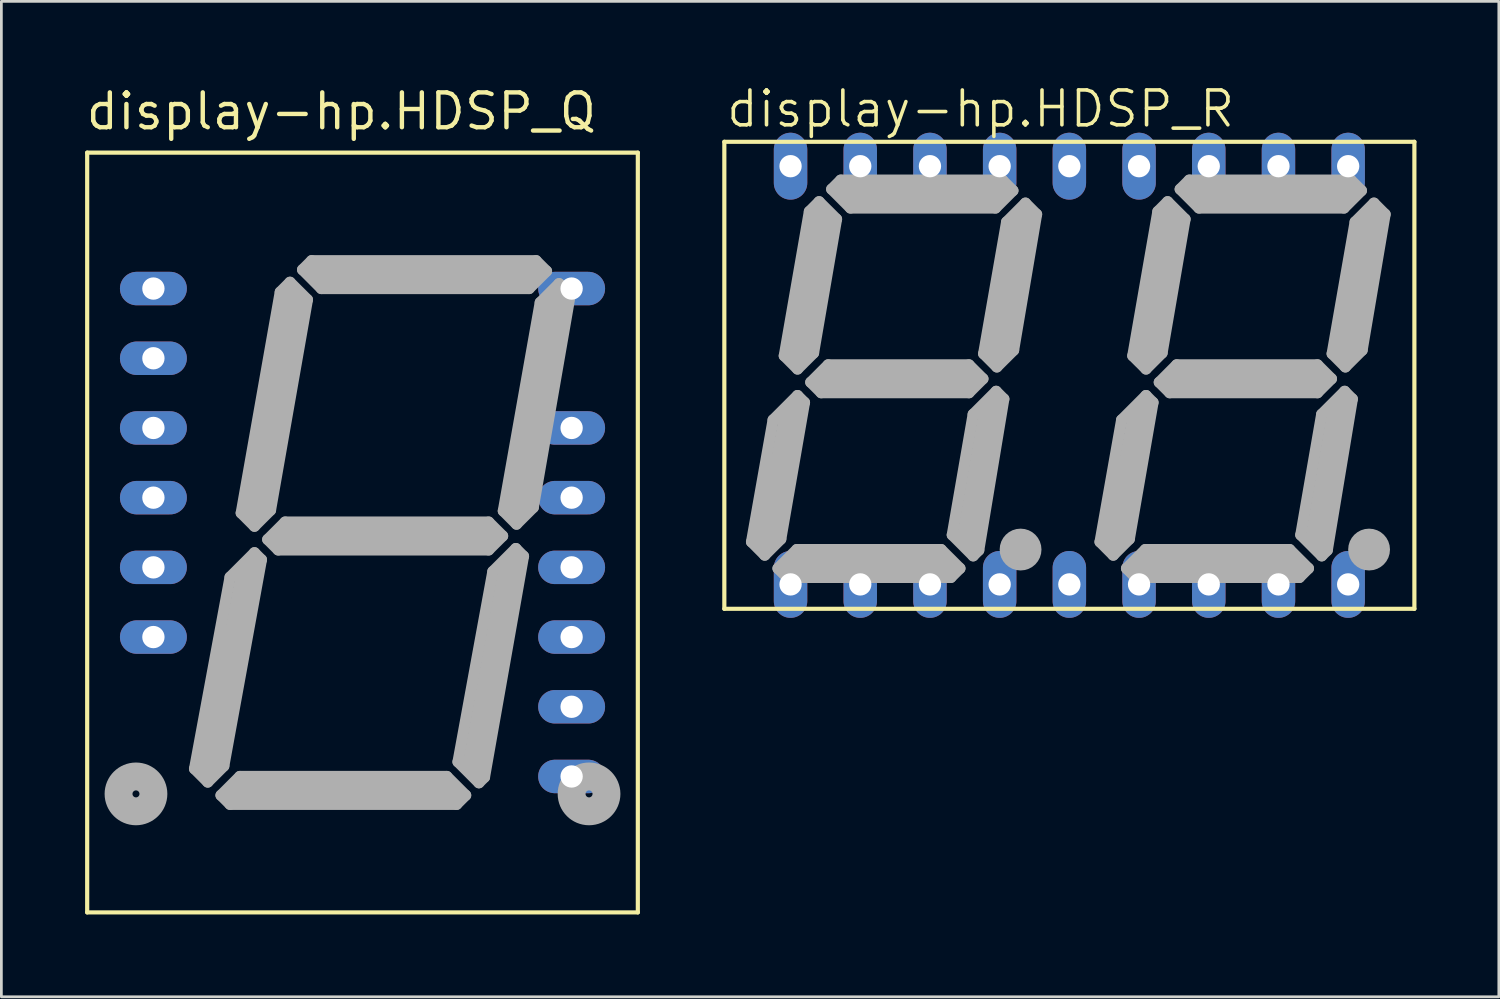
<source format=kicad_pcb>
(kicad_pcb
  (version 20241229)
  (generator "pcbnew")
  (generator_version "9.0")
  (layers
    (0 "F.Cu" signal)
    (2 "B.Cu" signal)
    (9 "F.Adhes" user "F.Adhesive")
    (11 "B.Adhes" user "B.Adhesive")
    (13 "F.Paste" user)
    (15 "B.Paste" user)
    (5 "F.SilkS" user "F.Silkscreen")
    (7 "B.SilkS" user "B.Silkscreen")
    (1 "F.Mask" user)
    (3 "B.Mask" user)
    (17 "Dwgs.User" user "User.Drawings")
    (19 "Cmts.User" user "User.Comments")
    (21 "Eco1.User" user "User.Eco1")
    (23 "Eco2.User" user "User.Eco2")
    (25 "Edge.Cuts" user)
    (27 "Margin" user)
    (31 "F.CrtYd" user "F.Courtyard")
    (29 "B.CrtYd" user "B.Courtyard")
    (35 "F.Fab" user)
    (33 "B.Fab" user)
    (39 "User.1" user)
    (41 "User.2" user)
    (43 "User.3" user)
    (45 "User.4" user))
  (footprint "display-hp.HDSP_Q"
    (layer "F.Cu")
    (at 10.16 16.355)
    (property "Reference" "display-hp.HDSP_Q" (at -10.16 -14.605 0) (layer "F.SilkS") (effects (font (size 1.27 1.27) (thickness 0.16)) (justify left bottom)))
    (attr through_hole)
    (fp_line (start -10.033 -13.843) (end -10.033 13.843) (stroke (width 0.152) (type default)) (layer "F.SilkS"))
    (fp_line (start -10.033 -13.843) (end 10.033 -13.843) (stroke (width 0.152) (type default)) (layer "F.SilkS"))
    (fp_line (start 10.033 13.843) (end -10.033 13.843) (stroke (width 0.152) (type default)) (layer "F.SilkS"))
    (fp_line (start 10.033 13.843) (end 10.033 -13.843) (stroke (width 0.152) (type default)) (layer "F.SilkS"))
    (fp_line (start -6.121 8.611) (end -5.639 9.093) (stroke (width 0.406) (type default)) (layer "F.Fab"))
    (fp_line (start -5.639 9.093) (end -5.055 8.509) (stroke (width 0.406) (type default)) (layer "F.Fab"))
    (fp_line (start -5.537 8.484) (end -4.166 1.295) (stroke (width 0.813) (type default)) (layer "F.Fab"))
    (fp_line (start -5.156 9.576) (end -4.47 8.89) (stroke (width 0.406) (type default)) (layer "F.Fab"))
    (fp_line (start -5.055 8.509) (end -3.683 0.991) (stroke (width 0.406) (type default)) (layer "F.Fab"))
    (fp_line (start -4.826 1.626) (end -6.121 8.611) (stroke (width 0.406) (type default)) (layer "F.Fab"))
    (fp_line (start -4.826 9.906) (end -5.156 9.576) (stroke (width 0.406) (type default)) (layer "F.Fab"))
    (fp_line (start -4.47 8.89) (end 3.073 8.89) (stroke (width 0.406) (type default)) (layer "F.Fab"))
    (fp_line (start -4.42 -0.711) (end -2.997 -8.763) (stroke (width 0.406) (type default)) (layer "F.Fab"))
    (fp_line (start -3.937 -0.229) (end -4.42 -0.711) (stroke (width 0.406) (type default)) (layer "F.Fab"))
    (fp_line (start -3.937 0.737) (end -4.826 1.626) (stroke (width 0.406) (type default)) (layer "F.Fab"))
    (fp_line (start -3.937 0.737) (end -3.683 0.991) (stroke (width 0.406) (type default)) (layer "F.Fab"))
    (fp_line (start -3.912 -0.838) (end -2.54 -8.509) (stroke (width 0.813) (type default)) (layer "F.Fab"))
    (fp_line (start -3.454 0.254) (end -2.819 -0.381) (stroke (width 0.406) (type default)) (layer "F.Fab"))
    (fp_line (start -3.353 -0.813) (end -3.937 -0.229) (stroke (width 0.406) (type default)) (layer "F.Fab"))
    (fp_line (start -3.073 0.635) (end -3.454 0.254) (stroke (width 0.406) (type default)) (layer "F.Fab"))
    (fp_line (start -2.997 -8.763) (end -2.642 -9.119) (stroke (width 0.406) (type default)) (layer "F.Fab"))
    (fp_line (start -2.819 -0.381) (end 4.597 -0.381) (stroke (width 0.406) (type default)) (layer "F.Fab"))
    (fp_line (start -2.642 -9.119) (end -2.007 -8.484) (stroke (width 0.406) (type default)) (layer "F.Fab"))
    (fp_line (start -2.184 -9.576) (end -1.854 -9.906) (stroke (width 0.406) (type default)) (layer "F.Fab"))
    (fp_line (start -2.007 -8.484) (end -3.353 -0.813) (stroke (width 0.406) (type default)) (layer "F.Fab"))
    (fp_line (start -1.854 -9.906) (end 6.325 -9.906) (stroke (width 0.406) (type default)) (layer "F.Fab"))
    (fp_line (start -1.626 -9.398) (end 6.223 -9.398) (stroke (width 0.813) (type default)) (layer "F.Fab"))
    (fp_line (start -1.499 -8.89) (end -2.184 -9.576) (stroke (width 0.406) (type default)) (layer "F.Fab"))
    (fp_line (start 3.073 8.89) (end 3.759 9.576) (stroke (width 0.406) (type default)) (layer "F.Fab"))
    (fp_line (start 3.175 9.398) (end -4.572 9.398) (stroke (width 0.813) (type default)) (layer "F.Fab"))
    (fp_line (start 3.429 9.906) (end -4.826 9.906) (stroke (width 0.406) (type default)) (layer "F.Fab"))
    (fp_line (start 3.48 8.357) (end 4.242 9.119) (stroke (width 0.406) (type default)) (layer "F.Fab"))
    (fp_line (start 3.759 9.576) (end 3.429 9.906) (stroke (width 0.406) (type default)) (layer "F.Fab"))
    (fp_line (start 4.242 9.119) (end 4.445 8.915) (stroke (width 0.406) (type default)) (layer "F.Fab"))
    (fp_line (start 4.445 8.915) (end 5.867 0.864) (stroke (width 0.406) (type default)) (layer "F.Fab"))
    (fp_line (start 4.572 0.127) (end -2.896 0.127) (stroke (width 0.813) (type default)) (layer "F.Fab"))
    (fp_line (start 4.597 -0.381) (end 5.105 0.127) (stroke (width 0.406) (type default)) (layer "F.Fab"))
    (fp_line (start 4.597 0.635) (end -3.073 0.635) (stroke (width 0.406) (type default)) (layer "F.Fab"))
    (fp_line (start 4.75 1.422) (end 3.48 8.357) (stroke (width 0.406) (type default)) (layer "F.Fab"))
    (fp_line (start 5.105 0.127) (end 4.597 0.635) (stroke (width 0.406) (type default)) (layer "F.Fab"))
    (fp_line (start 5.131 -0.787) (end 5.613 -0.305) (stroke (width 0.406) (type default)) (layer "F.Fab"))
    (fp_line (start 5.385 1.168) (end 4.039 8.534) (stroke (width 0.813) (type default)) (layer "F.Fab"))
    (fp_line (start 5.588 0.584) (end 4.75 1.422) (stroke (width 0.406) (type default)) (layer "F.Fab"))
    (fp_line (start 5.613 -0.305) (end 6.223 -0.914) (stroke (width 0.406) (type default)) (layer "F.Fab"))
    (fp_line (start 5.867 0.864) (end 5.588 0.584) (stroke (width 0.406) (type default)) (layer "F.Fab"))
    (fp_line (start 6.071 -8.89) (end -1.499 -8.89) (stroke (width 0.406) (type default)) (layer "F.Fab"))
    (fp_line (start 6.223 -0.914) (end 7.569 -8.661) (stroke (width 0.406) (type default)) (layer "F.Fab"))
    (fp_line (start 6.325 -9.906) (end 6.706 -9.525) (stroke (width 0.406) (type default)) (layer "F.Fab"))
    (fp_line (start 6.477 -8.382) (end 5.131 -0.787) (stroke (width 0.406) (type default)) (layer "F.Fab"))
    (fp_line (start 6.706 -9.525) (end 6.071 -8.89) (stroke (width 0.406) (type default)) (layer "F.Fab"))
    (fp_line (start 6.985 -8.56) (end 5.664 -0.914) (stroke (width 0.813) (type default)) (layer "F.Fab"))
    (fp_line (start 7.163 -9.068) (end 6.477 -8.382) (stroke (width 0.406) (type default)) (layer "F.Fab"))
    (fp_line (start 7.569 -8.661) (end 7.163 -9.068) (stroke (width 0.406) (type default)) (layer "F.Fab"))
    (fp_rect (start -8.89 10.16) (end -7.62 8.89) (stroke (width 0.05) (type default)) (fill no) (layer "F.Fab"))
    (fp_rect (start 7.62 10.16) (end 8.89 8.89) (stroke (width 0.05) (type default)) (fill no) (layer "F.Fab"))
    (fp_circle (center -8.255 9.525) (end -7.62 9.525) (stroke (width 1.016) (type default)) (fill no) (layer "F.Fab"))
    (fp_circle (center 8.255 9.525) (end 8.89 9.525) (stroke (width 1.016) (type default)) (fill no) (layer "F.Fab"))
    (pad "2" thru_hole oval (at -7.62 -8.89) (size 2.438 1.219) (drill 0.813) (layers "*.Cu" "*.Mask"))
    (pad "3" thru_hole oval (at -7.62 -6.35) (size 2.438 1.219) (drill 0.813) (layers "*.Cu" "*.Mask"))
    (pad "4" thru_hole oval (at -7.62 -3.81) (size 2.438 1.219) (drill 0.813) (layers "*.Cu" "*.Mask"))
    (pad "5" thru_hole oval (at -7.62 -1.27) (size 2.438 1.219) (drill 0.813) (layers "*.Cu" "*.Mask"))
    (pad "6" thru_hole oval (at -7.62 1.27) (size 2.438 1.219) (drill 0.813) (layers "*.Cu" "*.Mask"))
    (pad "7" thru_hole oval (at -7.62 3.81) (size 2.438 1.219) (drill 0.813) (layers "*.Cu" "*.Mask"))
    (pad "10" thru_hole oval (at 7.62 8.89) (size 2.438 1.219) (drill 0.813) (layers "*.Cu" "*.Mask"))
    (pad "11" thru_hole oval (at 7.62 6.35) (size 2.438 1.219) (drill 0.813) (layers "*.Cu" "*.Mask"))
    (pad "12" thru_hole oval (at 7.62 3.81) (size 2.438 1.219) (drill 0.813) (layers "*.Cu" "*.Mask"))
    (pad "13" thru_hole oval (at 7.62 1.27) (size 2.438 1.219) (drill 0.813) (layers "*.Cu" "*.Mask"))
    (pad "14" thru_hole oval (at 7.62 -1.27) (size 2.438 1.219) (drill 0.813) (layers "*.Cu" "*.Mask"))
    (pad "15" thru_hole oval (at 7.62 -3.81) (size 2.438 1.219) (drill 0.813) (layers "*.Cu" "*.Mask"))
    (pad "17" thru_hole oval (at 7.62 -8.89) (size 2.438 1.219) (drill 0.813) (layers "*.Cu" "*.Mask")))
  (footprint "display-hp.HDSP_R"
    (layer "F.Cu")
    (at 35.918 10.626)
    (property "Reference" "display-hp.HDSP_R" (at -12.573 -8.966 0) (layer "F.SilkS") (effects (font (size 1.27 1.27) (thickness 0.13)) (justify left bottom)))
    (attr through_hole)
    (fp_line (start -12.573 -8.509) (end -12.573 8.509) (stroke (width 0.152) (type default)) (layer "F.SilkS"))
    (fp_line (start -12.573 -8.509) (end 12.573 -8.509) (stroke (width 0.152) (type default)) (layer "F.SilkS"))
    (fp_line (start 12.573 8.509) (end -12.573 8.509) (stroke (width 0.152) (type default)) (layer "F.SilkS"))
    (fp_line (start 12.573 8.509) (end 12.573 -8.509) (stroke (width 0.152) (type default)) (layer "F.SilkS"))
    (fp_line (start -11.582 6.071) (end -11.1 6.553) (stroke (width 0.406) (type default)) (layer "F.Fab"))
    (fp_line (start -11.1 6.553) (end -10.516 5.969) (stroke (width 0.406) (type default)) (layer "F.Fab"))
    (fp_line (start -10.998 5.944) (end -10.135 1.295) (stroke (width 0.813) (type default)) (layer "F.Fab"))
    (fp_line (start -10.795 1.626) (end -11.582 6.071) (stroke (width 0.406) (type default)) (layer "F.Fab"))
    (fp_line (start -10.617 7.036) (end -9.931 6.35) (stroke (width 0.406) (type default)) (layer "F.Fab"))
    (fp_line (start -10.516 5.969) (end -9.652 0.991) (stroke (width 0.406) (type default)) (layer "F.Fab"))
    (fp_line (start -10.389 -0.711) (end -9.474 -5.969) (stroke (width 0.406) (type default)) (layer "F.Fab"))
    (fp_line (start -10.287 7.366) (end -10.617 7.036) (stroke (width 0.406) (type default)) (layer "F.Fab"))
    (fp_line (start -9.931 6.35) (end -4.674 6.35) (stroke (width 0.406) (type default)) (layer "F.Fab"))
    (fp_line (start -9.906 -0.229) (end -10.389 -0.711) (stroke (width 0.406) (type default)) (layer "F.Fab"))
    (fp_line (start -9.906 0.737) (end -10.795 1.626) (stroke (width 0.406) (type default)) (layer "F.Fab"))
    (fp_line (start -9.906 0.737) (end -9.652 0.991) (stroke (width 0.406) (type default)) (layer "F.Fab"))
    (fp_line (start -9.881 -0.838) (end -9.017 -5.715) (stroke (width 0.813) (type default)) (layer "F.Fab"))
    (fp_line (start -9.474 -5.969) (end -9.119 -6.325) (stroke (width 0.406) (type default)) (layer "F.Fab"))
    (fp_line (start -9.423 0.254) (end -8.788 -0.381) (stroke (width 0.406) (type default)) (layer "F.Fab"))
    (fp_line (start -9.322 -0.813) (end -9.906 -0.229) (stroke (width 0.406) (type default)) (layer "F.Fab"))
    (fp_line (start -9.119 -6.325) (end -8.484 -5.69) (stroke (width 0.406) (type default)) (layer "F.Fab"))
    (fp_line (start -9.042 0.635) (end -9.423 0.254) (stroke (width 0.406) (type default)) (layer "F.Fab"))
    (fp_line (start -8.788 -0.381) (end -3.658 -0.381) (stroke (width 0.406) (type default)) (layer "F.Fab"))
    (fp_line (start -8.661 -6.782) (end -8.331 -7.112) (stroke (width 0.406) (type default)) (layer "F.Fab"))
    (fp_line (start -8.484 -5.69) (end -9.322 -0.813) (stroke (width 0.406) (type default)) (layer "F.Fab"))
    (fp_line (start -8.331 -7.112) (end -2.438 -7.112) (stroke (width 0.406) (type default)) (layer "F.Fab"))
    (fp_line (start -8.103 -6.604) (end -2.54 -6.604) (stroke (width 0.813) (type default)) (layer "F.Fab"))
    (fp_line (start -7.976 -6.096) (end -8.661 -6.782) (stroke (width 0.406) (type default)) (layer "F.Fab"))
    (fp_line (start -4.674 6.35) (end -3.988 7.036) (stroke (width 0.406) (type default)) (layer "F.Fab"))
    (fp_line (start -4.572 6.858) (end -10.033 6.858) (stroke (width 0.813) (type default)) (layer "F.Fab"))
    (fp_line (start -4.318 7.366) (end -10.287 7.366) (stroke (width 0.406) (type default)) (layer "F.Fab"))
    (fp_line (start -4.267 5.817) (end -3.505 6.579) (stroke (width 0.406) (type default)) (layer "F.Fab"))
    (fp_line (start -3.988 7.036) (end -4.318 7.366) (stroke (width 0.406) (type default)) (layer "F.Fab"))
    (fp_line (start -3.683 0.127) (end -8.865 0.127) (stroke (width 0.813) (type default)) (layer "F.Fab"))
    (fp_line (start -3.658 -0.381) (end -3.15 0.127) (stroke (width 0.406) (type default)) (layer "F.Fab"))
    (fp_line (start -3.658 0.635) (end -9.042 0.635) (stroke (width 0.406) (type default)) (layer "F.Fab"))
    (fp_line (start -3.505 1.422) (end -4.267 5.817) (stroke (width 0.406) (type default)) (layer "F.Fab"))
    (fp_line (start -3.505 6.579) (end -3.302 6.375) (stroke (width 0.406) (type default)) (layer "F.Fab"))
    (fp_line (start -3.302 6.375) (end -2.388 0.864) (stroke (width 0.406) (type default)) (layer "F.Fab"))
    (fp_line (start -3.15 0.127) (end -3.658 0.635) (stroke (width 0.406) (type default)) (layer "F.Fab"))
    (fp_line (start -3.124 -0.787) (end -2.642 -0.305) (stroke (width 0.406) (type default)) (layer "F.Fab"))
    (fp_line (start -2.87 1.168) (end -3.708 5.994) (stroke (width 0.813) (type default)) (layer "F.Fab"))
    (fp_line (start -2.692 -6.096) (end -7.976 -6.096) (stroke (width 0.406) (type default)) (layer "F.Fab"))
    (fp_line (start -2.667 0.584) (end -3.505 1.422) (stroke (width 0.406) (type default)) (layer "F.Fab"))
    (fp_line (start -2.642 -0.305) (end -2.032 -0.914) (stroke (width 0.406) (type default)) (layer "F.Fab"))
    (fp_line (start -2.438 -7.112) (end -2.057 -6.731) (stroke (width 0.406) (type default)) (layer "F.Fab"))
    (fp_line (start -2.388 0.864) (end -2.667 0.584) (stroke (width 0.406) (type default)) (layer "F.Fab"))
    (fp_line (start -2.286 -5.588) (end -3.124 -0.787) (stroke (width 0.406) (type default)) (layer "F.Fab"))
    (fp_line (start -2.057 -6.731) (end -2.692 -6.096) (stroke (width 0.406) (type default)) (layer "F.Fab"))
    (fp_line (start -2.032 -0.914) (end -1.194 -5.867) (stroke (width 0.406) (type default)) (layer "F.Fab"))
    (fp_line (start -1.88 6.35) (end -1.702 6.35) (stroke (width 0.305) (type default)) (layer "F.Fab"))
    (fp_line (start -1.778 -5.766) (end -2.591 -0.914) (stroke (width 0.813) (type default)) (layer "F.Fab"))
    (fp_line (start -1.6 -6.274) (end -2.286 -5.588) (stroke (width 0.406) (type default)) (layer "F.Fab"))
    (fp_line (start -1.194 -5.867) (end -1.6 -6.274) (stroke (width 0.406) (type default)) (layer "F.Fab"))
    (fp_line (start 1.118 6.071) (end 1.6 6.553) (stroke (width 0.406) (type default)) (layer "F.Fab"))
    (fp_line (start 1.6 6.553) (end 2.184 5.969) (stroke (width 0.406) (type default)) (layer "F.Fab"))
    (fp_line (start 1.702 5.944) (end 2.565 1.295) (stroke (width 0.813) (type default)) (layer "F.Fab"))
    (fp_line (start 1.905 1.626) (end 1.118 6.071) (stroke (width 0.406) (type default)) (layer "F.Fab"))
    (fp_line (start 2.083 7.036) (end 2.769 6.35) (stroke (width 0.406) (type default)) (layer "F.Fab"))
    (fp_line (start 2.184 5.969) (end 3.048 0.991) (stroke (width 0.406) (type default)) (layer "F.Fab"))
    (fp_line (start 2.311 -0.711) (end 3.226 -5.969) (stroke (width 0.406) (type default)) (layer "F.Fab"))
    (fp_line (start 2.413 7.366) (end 2.083 7.036) (stroke (width 0.406) (type default)) (layer "F.Fab"))
    (fp_line (start 2.769 6.35) (end 8.026 6.35) (stroke (width 0.406) (type default)) (layer "F.Fab"))
    (fp_line (start 2.794 -0.229) (end 2.311 -0.711) (stroke (width 0.406) (type default)) (layer "F.Fab"))
    (fp_line (start 2.794 0.737) (end 1.905 1.626) (stroke (width 0.406) (type default)) (layer "F.Fab"))
    (fp_line (start 2.794 0.737) (end 3.048 0.991) (stroke (width 0.406) (type default)) (layer "F.Fab"))
    (fp_line (start 2.819 -0.838) (end 3.683 -5.715) (stroke (width 0.813) (type default)) (layer "F.Fab"))
    (fp_line (start 3.226 -5.969) (end 3.581 -6.325) (stroke (width 0.406) (type default)) (layer "F.Fab"))
    (fp_line (start 3.277 0.254) (end 3.912 -0.381) (stroke (width 0.406) (type default)) (layer "F.Fab"))
    (fp_line (start 3.378 -0.813) (end 2.794 -0.229) (stroke (width 0.406) (type default)) (layer "F.Fab"))
    (fp_line (start 3.581 -6.325) (end 4.216 -5.69) (stroke (width 0.406) (type default)) (layer "F.Fab"))
    (fp_line (start 3.658 0.635) (end 3.277 0.254) (stroke (width 0.406) (type default)) (layer "F.Fab"))
    (fp_line (start 3.912 -0.381) (end 9.042 -0.381) (stroke (width 0.406) (type default)) (layer "F.Fab"))
    (fp_line (start 4.039 -6.782) (end 4.369 -7.112) (stroke (width 0.406) (type default)) (layer "F.Fab"))
    (fp_line (start 4.216 -5.69) (end 3.378 -0.813) (stroke (width 0.406) (type default)) (layer "F.Fab"))
    (fp_line (start 4.369 -7.112) (end 10.262 -7.112) (stroke (width 0.406) (type default)) (layer "F.Fab"))
    (fp_line (start 4.597 -6.604) (end 10.16 -6.604) (stroke (width 0.813) (type default)) (layer "F.Fab"))
    (fp_line (start 4.724 -6.096) (end 4.039 -6.782) (stroke (width 0.406) (type default)) (layer "F.Fab"))
    (fp_line (start 8.026 6.35) (end 8.712 7.036) (stroke (width 0.406) (type default)) (layer "F.Fab"))
    (fp_line (start 8.128 6.858) (end 2.667 6.858) (stroke (width 0.813) (type default)) (layer "F.Fab"))
    (fp_line (start 8.382 7.366) (end 2.413 7.366) (stroke (width 0.406) (type default)) (layer "F.Fab"))
    (fp_line (start 8.433 5.817) (end 9.195 6.579) (stroke (width 0.406) (type default)) (layer "F.Fab"))
    (fp_line (start 8.712 7.036) (end 8.382 7.366) (stroke (width 0.406) (type default)) (layer "F.Fab"))
    (fp_line (start 9.017 0.127) (end 3.835 0.127) (stroke (width 0.813) (type default)) (layer "F.Fab"))
    (fp_line (start 9.042 -0.381) (end 9.55 0.127) (stroke (width 0.406) (type default)) (layer "F.Fab"))
    (fp_line (start 9.042 0.635) (end 3.658 0.635) (stroke (width 0.406) (type default)) (layer "F.Fab"))
    (fp_line (start 9.195 1.422) (end 8.433 5.817) (stroke (width 0.406) (type default)) (layer "F.Fab"))
    (fp_line (start 9.195 6.579) (end 9.398 6.375) (stroke (width 0.406) (type default)) (layer "F.Fab"))
    (fp_line (start 9.398 6.375) (end 10.312 0.864) (stroke (width 0.406) (type default)) (layer "F.Fab"))
    (fp_line (start 9.55 0.127) (end 9.042 0.635) (stroke (width 0.406) (type default)) (layer "F.Fab"))
    (fp_line (start 9.576 -0.787) (end 10.058 -0.305) (stroke (width 0.406) (type default)) (layer "F.Fab"))
    (fp_line (start 9.83 1.168) (end 8.992 5.994) (stroke (width 0.813) (type default)) (layer "F.Fab"))
    (fp_line (start 10.008 -6.096) (end 4.724 -6.096) (stroke (width 0.406) (type default)) (layer "F.Fab"))
    (fp_line (start 10.033 0.584) (end 9.195 1.422) (stroke (width 0.406) (type default)) (layer "F.Fab"))
    (fp_line (start 10.058 -0.305) (end 10.668 -0.914) (stroke (width 0.406) (type default)) (layer "F.Fab"))
    (fp_line (start 10.262 -7.112) (end 10.643 -6.731) (stroke (width 0.406) (type default)) (layer "F.Fab"))
    (fp_line (start 10.312 0.864) (end 10.033 0.584) (stroke (width 0.406) (type default)) (layer "F.Fab"))
    (fp_line (start 10.414 -5.588) (end 9.576 -0.787) (stroke (width 0.406) (type default)) (layer "F.Fab"))
    (fp_line (start 10.643 -6.731) (end 10.008 -6.096) (stroke (width 0.406) (type default)) (layer "F.Fab"))
    (fp_line (start 10.668 -0.914) (end 11.506 -5.867) (stroke (width 0.406) (type default)) (layer "F.Fab"))
    (fp_line (start 10.82 6.35) (end 10.998 6.35) (stroke (width 0.305) (type default)) (layer "F.Fab"))
    (fp_line (start 10.922 -5.766) (end 10.109 -0.914) (stroke (width 0.813) (type default)) (layer "F.Fab"))
    (fp_line (start 11.1 -6.274) (end 10.414 -5.588) (stroke (width 0.406) (type default)) (layer "F.Fab"))
    (fp_line (start 11.506 -5.867) (end 11.1 -6.274) (stroke (width 0.406) (type default)) (layer "F.Fab"))
    (fp_circle (center -1.778 6.35) (end -1.397 6.35) (stroke (width 0.762) (type default)) (fill no) (layer "F.Fab"))
    (fp_circle (center 10.922 6.35) (end 11.303 6.35) (stroke (width 0.762) (type default)) (fill no) (layer "F.Fab"))
    (pad "1" thru_hole oval (at -10.16 7.62 90) (size 2.438 1.219) (drill 0.813) (layers "*.Cu" "*.Mask"))
    (pad "2" thru_hole oval (at -7.62 7.62 90) (size 2.438 1.219) (drill 0.813) (layers "*.Cu" "*.Mask"))
    (pad "3" thru_hole oval (at -5.08 7.62 90) (size 2.438 1.219) (drill 0.813) (layers "*.Cu" "*.Mask"))
    (pad "4" thru_hole oval (at -2.54 7.62 90) (size 2.438 1.219) (drill 0.813) (layers "*.Cu" "*.Mask"))
    (pad "5" thru_hole oval (at 0 7.62 90) (size 2.438 1.219) (drill 0.813) (layers "*.Cu" "*.Mask"))
    (pad "6" thru_hole oval (at 2.54 7.62 90) (size 2.438 1.219) (drill 0.813) (layers "*.Cu" "*.Mask"))
    (pad "7" thru_hole oval (at 5.08 7.62 90) (size 2.438 1.219) (drill 0.813) (layers "*.Cu" "*.Mask"))
    (pad "8" thru_hole oval (at 7.62 7.62 90) (size 2.438 1.219) (drill 0.813) (layers "*.Cu" "*.Mask"))
    (pad "9" thru_hole oval (at 10.16 7.62 90) (size 2.438 1.219) (drill 0.813) (layers "*.Cu" "*.Mask"))
    (pad "10" thru_hole oval (at 10.16 -7.62 90) (size 2.438 1.219) (drill 0.813) (layers "*.Cu" "*.Mask"))
    (pad "11" thru_hole oval (at 7.62 -7.62 90) (size 2.438 1.219) (drill 0.813) (layers "*.Cu" "*.Mask"))
    (pad "12" thru_hole oval (at 5.08 -7.62 90) (size 2.438 1.219) (drill 0.813) (layers "*.Cu" "*.Mask"))
    (pad "13" thru_hole oval (at 2.54 -7.62 90) (size 2.438 1.219) (drill 0.813) (layers "*.Cu" "*.Mask"))
    (pad "14" thru_hole oval (at 0 -7.62 90) (size 2.438 1.219) (drill 0.813) (layers "*.Cu" "*.Mask"))
    (pad "15" thru_hole oval (at -2.54 -7.62 90) (size 2.438 1.219) (drill 0.813) (layers "*.Cu" "*.Mask"))
    (pad "16" thru_hole oval (at -5.08 -7.62 90) (size 2.438 1.219) (drill 0.813) (layers "*.Cu" "*.Mask"))
    (pad "17" thru_hole oval (at -7.62 -7.62 90) (size 2.438 1.219) (drill 0.813) (layers "*.Cu" "*.Mask"))
    (pad "18" thru_hole oval (at -10.16 -7.62 90) (size 2.438 1.219) (drill 0.813) (layers "*.Cu" "*.Mask")))
  (gr_rect
    (start -3 -3)
    (end 51.568 33.274)
    (stroke (width 0.1) (type default))
    (fill no)
    (layer "Edge.Cuts")))
</source>
